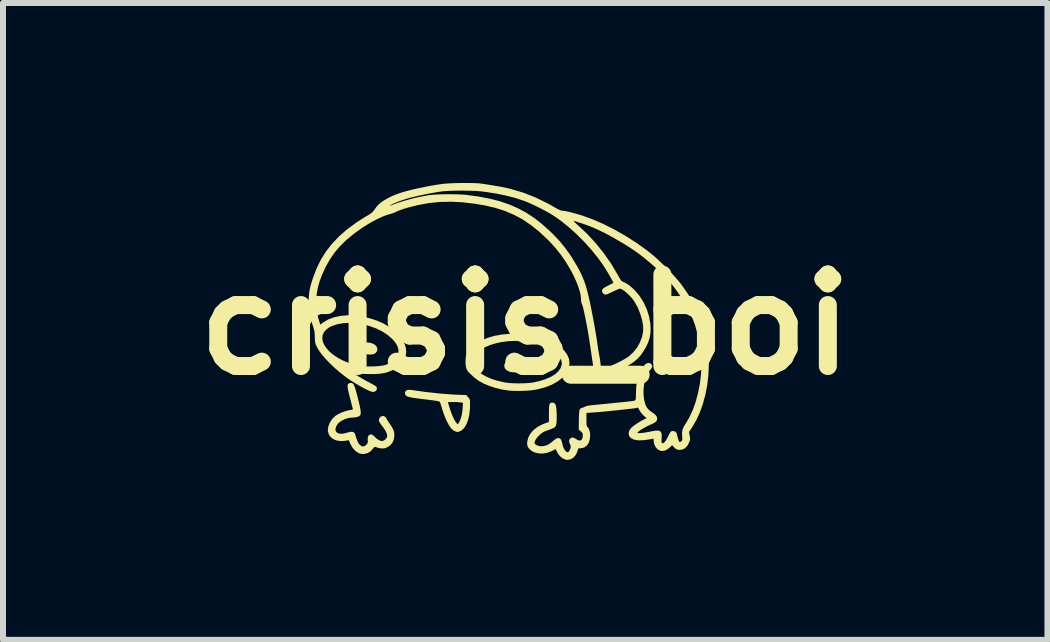
<source format=kicad_pcb>
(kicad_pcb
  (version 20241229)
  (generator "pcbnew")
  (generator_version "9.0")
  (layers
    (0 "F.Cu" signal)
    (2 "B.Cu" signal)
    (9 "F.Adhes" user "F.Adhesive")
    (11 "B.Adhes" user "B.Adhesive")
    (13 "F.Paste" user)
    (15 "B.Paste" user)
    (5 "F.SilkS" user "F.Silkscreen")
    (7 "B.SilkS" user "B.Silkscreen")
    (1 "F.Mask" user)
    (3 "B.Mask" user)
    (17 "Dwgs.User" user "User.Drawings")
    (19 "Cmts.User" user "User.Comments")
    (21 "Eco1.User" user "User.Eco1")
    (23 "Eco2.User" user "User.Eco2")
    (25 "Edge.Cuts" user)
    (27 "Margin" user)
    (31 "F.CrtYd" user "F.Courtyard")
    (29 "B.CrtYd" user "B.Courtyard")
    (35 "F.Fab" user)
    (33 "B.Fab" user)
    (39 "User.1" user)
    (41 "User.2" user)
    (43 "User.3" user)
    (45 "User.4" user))
  (footprint "crisis_boi"
    (layer "F.Cu")
    (at 5.704 2.361)
    (property "Reference" "crisis_boi" (at 0 0 0) (layer "F.SilkS") (effects (font (size 1.524 1.524) (thickness 0.3))))
    (attr board_only exclude_from_pos_files exclude_from_bom)
    (fp_poly (pts (xy -2.58 0.303) (xy -2.531 0.32) (xy -2.494 0.345) (xy -2.471 0.377) (xy -2.464 0.412) (xy -2.47 0.44) (xy -2.488 0.467) (xy -2.511 0.485) (xy -2.543 0.495) (xy -2.587 0.498) (xy -2.635 0.496) (xy -2.681 0.488) (xy -2.683 0.488) (xy -2.72 0.472) (xy -2.751 0.448) (xy -2.773 0.42) (xy -2.78 0.396) (xy -2.773 0.354) (xy -2.752 0.323) (xy -2.716 0.305) (xy -2.664 0.297) (xy -2.639 0.296)) (stroke (width 0) (type solid)) (fill yes) (layer "F.SilkS"))
    (fp_poly (pts (xy -0.194 0.592) (xy -0.14 0.605) (xy -0.093 0.633) (xy -0.058 0.672) (xy -0.052 0.684) (xy -0.045 0.718) (xy -0.055 0.752) (xy -0.08 0.778) (xy -0.08 0.778) (xy -0.11 0.789) (xy -0.152 0.795) (xy -0.199 0.795) (xy -0.244 0.789) (xy -0.262 0.785) (xy -0.305 0.763) (xy -0.335 0.734) (xy -0.349 0.699) (xy -0.347 0.663) (xy -0.327 0.628) (xy -0.326 0.627) (xy -0.299 0.605) (xy -0.267 0.593) (xy -0.223 0.591)) (stroke (width 0) (type solid)) (fill yes) (layer "F.SilkS"))
    (fp_poly (pts (xy -1.904 1.088) (xy -1.858 1.094) (xy -1.764 1.108) (xy -1.66 1.122) (xy -1.551 1.134) (xy -1.442 1.146) (xy -1.337 1.155) (xy -1.242 1.162) (xy -1.162 1.167) (xy -1.16 1.167) (xy -0.985 1.173) (xy -0.953 1.207) (xy -0.93 1.236) (xy -0.92 1.266) (xy -0.919 1.283) (xy -0.921 1.395) (xy -0.931 1.495) (xy -0.951 1.583) (xy -0.978 1.657) (xy -1.013 1.716) (xy -1.055 1.759) (xy -1.093 1.779) (xy -1.113 1.787) (xy -1.128 1.788) (xy -1.147 1.785) (xy -1.166 1.779) (xy -1.204 1.759) (xy -1.242 1.72) (xy -1.279 1.664) (xy -1.316 1.592) (xy -1.351 1.506) (xy -1.38 1.42) (xy -1.394 1.375) (xy -1.406 1.336) (xy -1.415 1.307) (xy -1.42 1.295) (xy -1.423 1.29) (xy -1.289 1.29) (xy -1.27 1.355) (xy -1.244 1.438) (xy -1.216 1.512) (xy -1.188 1.574) (xy -1.161 1.62) (xy -1.147 1.638) (xy -1.126 1.661) (xy -1.108 1.638) (xy -1.096 1.616) (xy -1.081 1.583) (xy -1.07 1.55) (xy -1.059 1.508) (xy -1.05 1.457) (xy -1.044 1.404) (xy -1.043 1.394) (xy -1.037 1.303) (xy -1.07 1.297) (xy -1.095 1.294) (xy -1.133 1.291) (xy -1.177 1.29) (xy -1.196 1.29) (xy -1.289 1.29) (xy -1.423 1.29) (xy -1.424 1.288) (xy -1.432 1.283) (xy -1.447 1.277) (xy -1.472 1.272) (xy -1.508 1.266) (xy -1.557 1.259) (xy -1.624 1.251) (xy -1.659 1.247) (xy -1.748 1.236) (xy -1.819 1.226) (xy -1.875 1.218) (xy -1.917 1.21) (xy -1.948 1.203) (xy -1.969 1.195) (xy -1.983 1.186) (xy -1.993 1.177) (xy -1.998 1.168) (xy -2.006 1.141) (xy -2 1.12) (xy -1.987 1.101) (xy -1.969 1.09) (xy -1.943 1.086)) (stroke (width 0) (type solid)) (fill yes) (layer "F.SilkS"))
    (fp_poly (pts (xy -0.009 0.157) (xy 0.14 0.176) (xy 0.275 0.209) (xy 0.399 0.256) (xy 0.408 0.26) (xy 0.506 0.313) (xy 0.588 0.371) (xy 0.652 0.434) (xy 0.699 0.5) (xy 0.728 0.568) (xy 0.738 0.637) (xy 0.731 0.707) (xy 0.704 0.776) (xy 0.658 0.843) (xy 0.617 0.887) (xy 0.537 0.949) (xy 0.441 1.002) (xy 0.329 1.045) (xy 0.199 1.079) (xy 0.169 1.085) (xy 0.107 1.094) (xy 0.031 1.1) (xy -0.052 1.104) (xy -0.136 1.105) (xy -0.213 1.103) (xy -0.273 1.099) (xy -0.383 1.082) (xy -0.495 1.055) (xy -0.602 1.02) (xy -0.697 0.98) (xy -0.782 0.932) (xy -0.857 0.875) (xy -0.919 0.814) (xy -0.965 0.75) (xy -0.966 0.748) (xy -0.98 0.719) (xy -0.989 0.693) (xy -0.994 0.663) (xy -0.995 0.623) (xy -0.995 0.61) (xy -0.993 0.582) (xy -0.872 0.582) (xy -0.87 0.637) (xy -0.852 0.692) (xy -0.819 0.744) (xy -0.793 0.771) (xy -0.73 0.82) (xy -0.651 0.865) (xy -0.558 0.905) (xy -0.456 0.937) (xy -0.348 0.962) (xy -0.331 0.965) (xy -0.271 0.972) (xy -0.197 0.977) (xy -0.116 0.979) (xy -0.035 0.978) (xy 0.042 0.974) (xy 0.107 0.968) (xy 0.126 0.965) (xy 0.24 0.94) (xy 0.341 0.908) (xy 0.427 0.87) (xy 0.498 0.827) (xy 0.552 0.778) (xy 0.589 0.725) (xy 0.608 0.669) (xy 0.61 0.641) (xy 0.6 0.587) (xy 0.572 0.535) (xy 0.528 0.484) (xy 0.469 0.437) (xy 0.397 0.394) (xy 0.313 0.357) (xy 0.22 0.324) (xy 0.12 0.299) (xy 0.013 0.281) (xy -0.098 0.271) (xy -0.16 0.27) (xy -0.275 0.275) (xy -0.386 0.289) (xy -0.491 0.311) (xy -0.588 0.341) (xy -0.675 0.378) (xy -0.748 0.421) (xy -0.807 0.468) (xy -0.849 0.52) (xy -0.856 0.532) (xy -0.872 0.582) (xy -0.993 0.582) (xy -0.992 0.551) (xy -0.981 0.503) (xy -0.959 0.459) (xy -0.925 0.413) (xy -0.903 0.389) (xy -0.829 0.323) (xy -0.738 0.268) (xy -0.633 0.222) (xy -0.515 0.187) (xy -0.385 0.164) (xy -0.244 0.152) (xy -0.172 0.15)) (stroke (width 0) (type solid)) (fill yes) (layer "F.SilkS"))
    (fp_poly (pts (xy -2.887 0.973) (xy -2.872 0.983) (xy -2.858 1.002) (xy -2.844 1.033) (xy -2.829 1.077) (xy -2.812 1.137) (xy -2.792 1.214) (xy -2.79 1.224) (xy -2.77 1.304) (xy -2.755 1.368) (xy -2.746 1.418) (xy -2.742 1.455) (xy -2.742 1.482) (xy -2.746 1.502) (xy -2.753 1.514) (xy -2.775 1.53) (xy -2.813 1.542) (xy -2.863 1.548) (xy -2.898 1.55) (xy -2.947 1.556) (xy -3.001 1.573) (xy -3.053 1.597) (xy -3.097 1.626) (xy -3.124 1.653) (xy -3.151 1.697) (xy -3.163 1.739) (xy -3.159 1.773) (xy -3.139 1.799) (xy -3.13 1.805) (xy -3.097 1.817) (xy -3.058 1.819) (xy -3.009 1.811) (xy -2.965 1.799) (xy -2.915 1.787) (xy -2.879 1.786) (xy -2.854 1.796) (xy -2.838 1.819) (xy -2.83 1.842) (xy -2.811 1.904) (xy -2.793 1.949) (xy -2.774 1.983) (xy -2.76 2) (xy -2.727 2.025) (xy -2.694 2.03) (xy -2.662 2.015) (xy -2.645 1.998) (xy -2.628 1.975) (xy -2.622 1.953) (xy -2.625 1.923) (xy -2.625 1.88) (xy -2.612 1.849) (xy -2.59 1.832) (xy -2.563 1.83) (xy -2.533 1.845) (xy -2.515 1.863) (xy -2.48 1.896) (xy -2.441 1.923) (xy -2.403 1.938) (xy -2.387 1.94) (xy -2.357 1.931) (xy -2.328 1.91) (xy -2.307 1.881) (xy -2.3 1.854) (xy -2.308 1.814) (xy -2.332 1.764) (xy -2.371 1.706) (xy -2.39 1.682) (xy -2.422 1.638) (xy -2.438 1.604) (xy -2.44 1.592) (xy -2.432 1.562) (xy -2.411 1.537) (xy -2.383 1.522) (xy -2.372 1.52) (xy -2.35 1.527) (xy -2.328 1.542) (xy -2.313 1.561) (xy -2.31 1.57) (xy -2.304 1.582) (xy -2.29 1.606) (xy -2.268 1.637) (xy -2.258 1.651) (xy -2.223 1.704) (xy -2.2 1.748) (xy -2.186 1.789) (xy -2.181 1.833) (xy -2.181 1.85) (xy -2.19 1.915) (xy -2.216 1.972) (xy -2.257 2.018) (xy -2.313 2.051) (xy -2.342 2.06) (xy -2.383 2.064) (xy -2.433 2.058) (xy -2.487 2.042) (xy -2.5 2.036) (xy -2.516 2.04) (xy -2.536 2.062) (xy -2.537 2.065) (xy -2.576 2.109) (xy -2.625 2.14) (xy -2.679 2.155) (xy -2.734 2.155) (xy -2.775 2.142) (xy -2.829 2.106) (xy -2.876 2.054) (xy -2.914 1.989) (xy -2.934 1.938) (xy -2.941 1.927) (xy -2.956 1.927) (xy -2.972 1.931) (xy -3 1.936) (xy -3.038 1.939) (xy -3.071 1.94) (xy -3.137 1.932) (xy -3.194 1.911) (xy -3.24 1.877) (xy -3.272 1.833) (xy -3.288 1.781) (xy -3.29 1.759) (xy -3.281 1.694) (xy -3.255 1.63) (xy -3.216 1.571) (xy -3.165 1.522) (xy -3.162 1.519) (xy -3.115 1.49) (xy -3.056 1.463) (xy -2.994 1.441) (xy -2.937 1.426) (xy -2.925 1.425) (xy -2.893 1.419) (xy -2.877 1.413) (xy -2.873 1.404) (xy -2.874 1.401) (xy -2.878 1.387) (xy -2.886 1.356) (xy -2.897 1.313) (xy -2.91 1.261) (xy -2.924 1.208) (xy -2.942 1.136) (xy -2.954 1.081) (xy -2.96 1.041) (xy -2.961 1.013) (xy -2.956 0.994) (xy -2.945 0.982) (xy -2.929 0.975) (xy -2.925 0.974) (xy -2.905 0.971)) (stroke (width 0) (type solid)) (fill yes) (layer "F.SilkS"))
    (fp_poly (pts (xy -0.883 -2.36) (xy -0.818 -2.358) (xy -0.766 -2.355) (xy -0.74 -2.352) (xy -0.641 -2.337) (xy -0.559 -2.324) (xy -0.491 -2.313) (xy -0.433 -2.303) (xy -0.384 -2.294) (xy -0.339 -2.285) (xy -0.295 -2.275) (xy -0.251 -2.264) (xy -0.235 -2.26) (xy -0.026 -2.198) (xy 0.178 -2.117) (xy 0.38 -2.018) (xy 0.478 -1.962) (xy 0.537 -1.929) (xy 0.581 -1.908) (xy 0.611 -1.9) (xy 0.613 -1.9) (xy 0.642 -1.897) (xy 0.685 -1.889) (xy 0.74 -1.877) (xy 0.802 -1.861) (xy 0.867 -1.843) (xy 0.932 -1.824) (xy 0.945 -1.82) (xy 1.119 -1.757) (xy 1.3 -1.679) (xy 1.483 -1.587) (xy 1.666 -1.483) (xy 1.844 -1.37) (xy 2.014 -1.249) (xy 2.087 -1.192) (xy 2.151 -1.139) (xy 2.222 -1.075) (xy 2.297 -1.003) (xy 2.372 -0.928) (xy 2.445 -0.852) (xy 2.511 -0.779) (xy 2.568 -0.713) (xy 2.602 -0.67) (xy 2.716 -0.506) (xy 2.812 -0.343) (xy 2.891 -0.179) (xy 2.954 -0.011) (xy 3.002 0.164) (xy 3.014 0.22) (xy 3.032 0.315) (xy 3.045 0.399) (xy 3.053 0.477) (xy 3.058 0.559) (xy 3.06 0.651) (xy 3.06 0.675) (xy 3.053 0.84) (xy 3.034 1.005) (xy 3.003 1.166) (xy 2.961 1.321) (xy 2.909 1.467) (xy 2.847 1.6) (xy 2.784 1.707) (xy 2.729 1.79) (xy 2.741 1.85) (xy 2.747 1.887) (xy 2.747 1.915) (xy 2.74 1.942) (xy 2.735 1.955) (xy 2.705 2.015) (xy 2.667 2.057) (xy 2.621 2.082) (xy 2.569 2.088) (xy 2.561 2.087) (xy 2.527 2.08) (xy 2.5 2.063) (xy 2.482 2.045) (xy 2.448 2.008) (xy 2.413 2.044) (xy 2.366 2.081) (xy 2.316 2.102) (xy 2.268 2.105) (xy 2.25 2.101) (xy 2.208 2.079) (xy 2.173 2.041) (xy 2.15 1.992) (xy 2.14 1.935) (xy 2.14 1.927) (xy 2.139 1.908) (xy 2.138 1.9) (xy 2.127 1.902) (xy 2.102 1.906) (xy 2.067 1.913) (xy 2.055 1.915) (xy 1.96 1.927) (xy 1.88 1.928) (xy 1.814 1.916) (xy 1.806 1.914) (xy 1.761 1.89) (xy 1.733 1.857) (xy 1.723 1.817) (xy 1.731 1.774) (xy 1.75 1.74) (xy 1.775 1.713) (xy 1.813 1.681) (xy 1.861 1.648) (xy 1.914 1.615) (xy 1.959 1.59) (xy 2.024 1.558) (xy 1.982 1.524) (xy 1.953 1.494) (xy 1.924 1.458) (xy 1.91 1.436) (xy 1.88 1.382) (xy 1.839 1.391) (xy 1.819 1.395) (xy 1.782 1.399) (xy 1.731 1.405) (xy 1.668 1.412) (xy 1.597 1.42) (xy 1.521 1.428) (xy 1.442 1.436) (xy 1.364 1.444) (xy 1.29 1.451) (xy 1.221 1.457) (xy 1.162 1.462) (xy 1.117 1.465) (xy 1.02 1.472) (xy 1.02 1.585) (xy 1.021 1.638) (xy 1.023 1.673) (xy 1.027 1.694) (xy 1.033 1.703) (xy 1.033 1.703) (xy 1.05 1.719) (xy 1.066 1.749) (xy 1.077 1.788) (xy 1.082 1.831) (xy 1.082 1.839) (xy 1.076 1.913) (xy 1.057 1.973) (xy 1.026 2.017) (xy 0.984 2.047) (xy 0.931 2.059) (xy 0.916 2.06) (xy 0.892 2.062) (xy 0.88 2.072) (xy 0.874 2.095) (xy 0.865 2.124) (xy 0.849 2.159) (xy 0.84 2.174) (xy 0.802 2.218) (xy 0.756 2.245) (xy 0.705 2.254) (xy 0.673 2.25) (xy 0.624 2.229) (xy 0.578 2.191) (xy 0.54 2.14) (xy 0.521 2.102) (xy 0.509 2.073) (xy 0.44 2.108) (xy 0.372 2.134) (xy 0.302 2.148) (xy 0.233 2.147) (xy 0.169 2.134) (xy 0.113 2.109) (xy 0.068 2.072) (xy 0.043 2.037) (xy 0.033 2.002) (xy 0.033 1.957) (xy 0.033 1.954) (xy 0.05 1.884) (xy 0.085 1.818) (xy 0.137 1.758) (xy 0.203 1.706) (xy 0.282 1.664) (xy 0.32 1.649) (xy 0.395 1.622) (xy 0.395 1.478) (xy 0.396 1.414) (xy 0.398 1.367) (xy 0.403 1.335) (xy 0.411 1.315) (xy 0.423 1.304) (xy 0.44 1.3) (xy 0.451 1.3) (xy 0.474 1.303) (xy 0.493 1.314) (xy 0.506 1.335) (xy 0.516 1.368) (xy 0.521 1.415) (xy 0.524 1.478) (xy 0.525 1.535) (xy 0.524 1.598) (xy 0.521 1.645) (xy 0.513 1.678) (xy 0.5 1.702) (xy 0.479 1.719) (xy 0.45 1.733) (xy 0.432 1.74) (xy 0.391 1.755) (xy 0.35 1.77) (xy 0.33 1.777) (xy 0.286 1.8) (xy 0.241 1.836) (xy 0.201 1.878) (xy 0.172 1.92) (xy 0.168 1.928) (xy 0.156 1.955) (xy 0.154 1.971) (xy 0.159 1.983) (xy 0.165 1.99) (xy 0.2 2.014) (xy 0.246 2.026) (xy 0.298 2.025) (xy 0.353 2.012) (xy 0.381 1.999) (xy 0.412 1.98) (xy 0.447 1.954) (xy 0.47 1.934) (xy 0.511 1.902) (xy 0.547 1.889) (xy 0.577 1.895) (xy 0.599 1.919) (xy 0.613 1.961) (xy 0.615 1.97) (xy 0.626 2.019) (xy 0.643 2.063) (xy 0.664 2.097) (xy 0.686 2.12) (xy 0.707 2.127) (xy 0.718 2.124) (xy 0.732 2.108) (xy 0.746 2.082) (xy 0.75 2.072) (xy 0.758 2.044) (xy 0.758 2.023) (xy 0.749 1.998) (xy 0.747 1.995) (xy 0.733 1.959) (xy 0.732 1.931) (xy 0.744 1.905) (xy 0.746 1.902) (xy 0.769 1.884) (xy 0.8 1.882) (xy 0.836 1.898) (xy 0.847 1.906) (xy 0.885 1.928) (xy 0.917 1.932) (xy 0.941 1.918) (xy 0.955 1.887) (xy 0.96 1.845) (xy 0.957 1.816) (xy 0.945 1.795) (xy 0.926 1.778) (xy 0.892 1.75) (xy 0.894 1.593) (xy 0.895 1.525) (xy 0.898 1.474) (xy 0.902 1.438) (xy 0.91 1.413) (xy 0.921 1.398) (xy 0.937 1.389) (xy 0.952 1.385) (xy 0.98 1.376) (xy 1 1.364) (xy 1.017 1.358) (xy 1.049 1.351) (xy 1.094 1.344) (xy 1.13 1.34) (xy 1.208 1.333) (xy 1.29 1.325) (xy 1.373 1.317) (xy 1.456 1.308) (xy 1.535 1.3) (xy 1.607 1.293) (xy 1.671 1.286) (xy 1.722 1.281) (xy 1.76 1.276) (xy 1.78 1.274) (xy 1.78 1.274) (xy 1.806 1.27) (xy 1.825 1.265) (xy 1.836 1.256) (xy 1.842 1.239) (xy 1.845 1.212) (xy 1.845 1.17) (xy 1.846 1.133) (xy 1.851 1.021) (xy 1.868 0.922) (xy 1.897 0.828) (xy 1.91 0.795) (xy 1.94 0.736) (xy 1.973 0.69) (xy 2.006 0.657) (xy 2.04 0.64) (xy 2.071 0.638) (xy 2.097 0.655) (xy 2.107 0.667) (xy 2.115 0.684) (xy 2.115 0.702) (xy 2.105 0.725) (xy 2.083 0.755) (xy 2.067 0.776) (xy 2.03 0.835) (xy 2.002 0.908) (xy 1.982 0.99) (xy 1.972 1.078) (xy 1.972 1.166) (xy 1.982 1.25) (xy 2.001 1.326) (xy 2.023 1.374) (xy 2.053 1.413) (xy 2.103 1.453) (xy 2.11 1.457) (xy 2.155 1.49) (xy 2.183 1.519) (xy 2.197 1.546) (xy 2.199 1.565) (xy 2.195 1.593) (xy 2.18 1.616) (xy 2.15 1.638) (xy 2.104 1.66) (xy 2.094 1.664) (xy 2.052 1.683) (xy 2.007 1.706) (xy 1.963 1.731) (xy 1.924 1.755) (xy 1.893 1.777) (xy 1.874 1.794) (xy 1.87 1.801) (xy 1.879 1.807) (xy 1.906 1.808) (xy 1.947 1.805) (xy 2 1.798) (xy 2.063 1.787) (xy 2.1 1.779) (xy 2.164 1.768) (xy 2.211 1.765) (xy 2.243 1.772) (xy 2.263 1.791) (xy 2.273 1.821) (xy 2.275 1.866) (xy 2.273 1.89) (xy 2.271 1.935) (xy 2.273 1.963) (xy 2.279 1.974) (xy 2.299 1.976) (xy 2.322 1.959) (xy 2.348 1.925) (xy 2.375 1.876) (xy 2.38 1.865) (xy 2.401 1.823) (xy 2.416 1.796) (xy 2.431 1.781) (xy 2.445 1.774) (xy 2.48 1.774) (xy 2.508 1.788) (xy 2.525 1.814) (xy 2.526 1.817) (xy 2.538 1.867) (xy 2.55 1.91) (xy 2.561 1.94) (xy 2.57 1.955) (xy 2.571 1.955) (xy 2.585 1.954) (xy 2.602 1.944) (xy 2.612 1.932) (xy 2.617 1.917) (xy 2.618 1.893) (xy 2.615 1.855) (xy 2.615 1.855) (xy 2.614 1.803) (xy 2.62 1.757) (xy 2.637 1.712) (xy 2.666 1.662) (xy 2.678 1.644) (xy 2.739 1.539) (xy 2.794 1.419) (xy 2.841 1.287) (xy 2.879 1.145) (xy 2.909 0.998) (xy 2.928 0.848) (xy 2.937 0.698) (xy 2.935 0.553) (xy 2.93 0.483) (xy 2.918 0.395) (xy 2.901 0.297) (xy 2.88 0.195) (xy 2.856 0.097) (xy 2.831 0.011) (xy 2.83 0.007) (xy 2.794 -0.091) (xy 2.744 -0.199) (xy 2.685 -0.311) (xy 2.618 -0.425) (xy 2.545 -0.536) (xy 2.469 -0.64) (xy 2.453 -0.66) (xy 2.378 -0.748) (xy 2.288 -0.841) (xy 2.188 -0.937) (xy 2.08 -1.032) (xy 1.969 -1.124) (xy 1.857 -1.208) (xy 1.842 -1.219) (xy 1.75 -1.281) (xy 1.647 -1.346) (xy 1.538 -1.41) (xy 1.427 -1.473) (xy 1.318 -1.531) (xy 1.215 -1.581) (xy 1.124 -1.621) (xy 1.12 -1.623) (xy 1.078 -1.64) (xy 1.029 -1.658) (xy 0.978 -1.676) (xy 0.928 -1.693) (xy 0.881 -1.708) (xy 0.843 -1.72) (xy 0.817 -1.727) (xy 0.805 -1.728) (xy 0.805 -1.728) (xy 0.81 -1.721) (xy 0.828 -1.703) (xy 0.855 -1.678) (xy 0.881 -1.655) (xy 1.031 -1.514) (xy 1.175 -1.359) (xy 1.309 -1.192) (xy 1.43 -1.019) (xy 1.535 -0.843) (xy 1.537 -0.839) (xy 1.564 -0.791) (xy 1.584 -0.758) (xy 1.599 -0.736) (xy 1.614 -0.723) (xy 1.629 -0.714) (xy 1.637 -0.711) (xy 1.688 -0.686) (xy 1.743 -0.648) (xy 1.804 -0.594) (xy 1.826 -0.573) (xy 1.905 -0.48) (xy 1.972 -0.374) (xy 2.026 -0.258) (xy 2.064 -0.137) (xy 2.086 -0.013) (xy 2.09 0.072) (xy 2.086 0.155) (xy 2.071 0.231) (xy 2.045 0.306) (xy 2.014 0.37) (xy 1.97 0.445) (xy 1.925 0.51) (xy 1.874 0.566) (xy 1.815 0.617) (xy 1.744 0.665) (xy 1.659 0.714) (xy 1.611 0.739) (xy 1.519 0.783) (xy 1.439 0.815) (xy 1.368 0.837) (xy 1.304 0.848) (xy 1.259 0.85) (xy 1.236 0.85) (xy 1.216 0.85) (xy 1.199 0.847) (xy 1.185 0.841) (xy 1.173 0.829) (xy 1.162 0.81) (xy 1.153 0.783) (xy 1.144 0.745) (xy 1.134 0.695) (xy 1.124 0.632) (xy 1.112 0.553) (xy 1.098 0.457) (xy 1.085 0.369) (xy 1.072 0.283) (xy 1.058 0.193) (xy 1.043 0.103) (xy 1.027 0.015) (xy 1.011 -0.068) (xy 0.995 -0.145) (xy 0.981 -0.213) (xy 0.968 -0.269) (xy 0.957 -0.311) (xy 0.948 -0.337) (xy 0.945 -0.343) (xy 0.935 -0.371) (xy 0.93 -0.416) (xy 0.93 -0.43) (xy 0.924 -0.488) (xy 0.908 -0.559) (xy 0.882 -0.64) (xy 0.847 -0.727) (xy 0.806 -0.818) (xy 0.758 -0.909) (xy 0.751 -0.921) (xy 0.674 -1.05) (xy 0.595 -1.164) (xy 0.51 -1.271) (xy 0.415 -1.376) (xy 0.371 -1.421) (xy 0.235 -1.548) (xy 0.099 -1.657) (xy -0.039 -1.751) (xy -0.183 -1.829) (xy -0.335 -1.894) (xy -0.497 -1.946) (xy -0.673 -1.987) (xy -0.83 -2.014) (xy -1.038 -2.039) (xy -1.235 -2.049) (xy -1.424 -2.045) (xy -1.609 -2.026) (xy -1.791 -1.993) (xy -1.975 -1.945) (xy -2.012 -1.934) (xy -2.061 -1.918) (xy -2.105 -1.901) (xy -2.141 -1.887) (xy -2.16 -1.878) (xy -2.187 -1.865) (xy -2.226 -1.851) (xy -2.268 -1.839) (xy -2.27 -1.839) (xy -2.33 -1.82) (xy -2.402 -1.79) (xy -2.482 -1.752) (xy -2.566 -1.707) (xy -2.651 -1.656) (xy -2.714 -1.616) (xy -2.854 -1.516) (xy -2.976 -1.416) (xy -3.082 -1.313) (xy -3.174 -1.206) (xy -3.253 -1.092) (xy -3.322 -0.969) (xy -3.329 -0.955) (xy -3.385 -0.833) (xy -3.428 -0.721) (xy -3.457 -0.614) (xy -3.476 -0.51) (xy -3.483 -0.405) (xy -3.484 -0.38) (xy -3.483 -0.313) (xy -3.479 -0.256) (xy -3.471 -0.202) (xy -3.459 -0.145) (xy -3.44 -0.077) (xy -3.438 -0.073) (xy -3.417 -0.000358) (xy -3.37 -0.035) (xy -3.285 -0.086) (xy -3.187 -0.123) (xy -3.078 -0.146) (xy -2.961 -0.156) (xy -2.837 -0.152) (xy -2.708 -0.134) (xy -2.577 -0.102) (xy -2.474 -0.068) (xy -2.364 -0.02) (xy -2.265 0.038) (xy -2.178 0.104) (xy -2.105 0.175) (xy -2.047 0.252) (xy -2.007 0.331) (xy -1.99 0.386) (xy -1.983 0.459) (xy -1.995 0.53) (xy -2.024 0.596) (xy -2.07 0.657) (xy -2.132 0.711) (xy -2.207 0.757) (xy -2.295 0.792) (xy -2.327 0.802) (xy -2.381 0.812) (xy -2.449 0.82) (xy -2.526 0.824) (xy -2.606 0.824) (xy -2.684 0.821) (xy -2.753 0.814) (xy -2.799 0.806) (xy -2.835 0.799) (xy -2.862 0.794) (xy -2.876 0.793) (xy -2.877 0.794) (xy -2.871 0.801) (xy -2.851 0.816) (xy -2.82 0.837) (xy -2.78 0.862) (xy -2.734 0.889) (xy -2.686 0.917) (xy -2.639 0.943) (xy -2.61 0.959) (xy -2.567 0.981) (xy -2.529 1.002) (xy -2.501 1.019) (xy -2.487 1.028) (xy -2.472 1.052) (xy -2.473 1.078) (xy -2.487 1.101) (xy -2.512 1.118) (xy -2.539 1.122) (xy -2.565 1.116) (xy -2.604 1.101) (xy -2.654 1.077) (xy -2.712 1.047) (xy -2.774 1.012) (xy -2.838 0.974) (xy -2.902 0.934) (xy -2.961 0.894) (xy -3.006 0.861) (xy -3.096 0.79) (xy -3.181 0.716) (xy -3.261 0.64) (xy -3.332 0.565) (xy -3.393 0.494) (xy -3.44 0.428) (xy -3.468 0.381) (xy -3.485 0.344) (xy -3.496 0.316) (xy -3.502 0.287) (xy -3.506 0.253) (xy -3.506 0.235) (xy -3.382 0.235) (xy -3.371 0.29) (xy -3.345 0.346) (xy -3.306 0.402) (xy -3.254 0.457) (xy -3.19 0.509) (xy -3.116 0.557) (xy -3.032 0.601) (xy -2.938 0.638) (xy -2.837 0.669) (xy -2.763 0.685) (xy -2.704 0.693) (xy -2.635 0.697) (xy -2.56 0.697) (xy -2.485 0.694) (xy -2.417 0.688) (xy -2.359 0.679) (xy -2.33 0.672) (xy -2.249 0.639) (xy -2.187 0.599) (xy -2.144 0.552) (xy -2.118 0.498) (xy -2.112 0.46) (xy -2.115 0.403) (xy -2.135 0.347) (xy -2.172 0.289) (xy -2.218 0.237) (xy -2.296 0.17) (xy -2.387 0.111) (xy -2.487 0.062) (xy -2.595 0.023) (xy -2.707 -0.006) (xy -2.82 -0.023) (xy -2.932 -0.03) (xy -3.039 -0.024) (xy -3.139 -0.005) (xy -3.229 0.026) (xy -3.266 0.045) (xy -3.321 0.086) (xy -3.358 0.132) (xy -3.379 0.182) (xy -3.382 0.235) (xy -3.506 0.235) (xy -3.507 0.206) (xy -3.509 0.155) (xy -3.513 0.114) (xy -3.522 0.075) (xy -3.536 0.029) (xy -3.545 0.002) (xy -3.574 -0.09) (xy -3.594 -0.174) (xy -3.605 -0.258) (xy -3.61 -0.351) (xy -3.61 -0.376) (xy -3.608 -0.453) (xy -3.602 -0.522) (xy -3.591 -0.591) (xy -3.573 -0.664) (xy -3.548 -0.747) (xy -3.539 -0.775) (xy -3.478 -0.936) (xy -3.405 -1.085) (xy -3.318 -1.223) (xy -3.217 -1.352) (xy -3.1 -1.474) (xy -2.966 -1.59) (xy -2.813 -1.703) (xy -2.795 -1.715) (xy -2.747 -1.746) (xy -2.696 -1.778) (xy -2.649 -1.807) (xy -2.622 -1.822) (xy -2.579 -1.848) (xy -2.548 -1.874) (xy -2.522 -1.904) (xy -2.512 -1.918) (xy -2.476 -1.968) (xy -2.464 -1.98) (xy -2.258 -1.98) (xy -2.245 -1.984) (xy -2.22 -1.994) (xy -2.144 -2.023) (xy -2.053 -2.053) (xy -1.952 -2.082) (xy -1.846 -2.11) (xy -1.74 -2.133) (xy -1.638 -2.152) (xy -1.61 -2.157) (xy -1.546 -2.164) (xy -1.467 -2.169) (xy -1.378 -2.173) (xy -1.283 -2.174) (xy -1.188 -2.173) (xy -1.098 -2.171) (xy -1.017 -2.166) (xy -0.975 -2.162) (xy -0.776 -2.135) (xy -0.594 -2.1) (xy -0.427 -2.058) (xy -0.271 -2.005) (xy -0.125 -1.942) (xy 0.013 -1.868) (xy 0.147 -1.78) (xy 0.277 -1.679) (xy 0.407 -1.563) (xy 0.471 -1.501) (xy 0.577 -1.388) (xy 0.672 -1.271) (xy 0.762 -1.144) (xy 0.848 -1.003) (xy 0.859 -0.984) (xy 0.897 -0.917) (xy 0.929 -0.852) (xy 0.958 -0.788) (xy 0.984 -0.723) (xy 1.008 -0.652) (xy 1.031 -0.574) (xy 1.053 -0.485) (xy 1.076 -0.384) (xy 1.1 -0.267) (xy 1.114 -0.195) (xy 1.131 -0.107) (xy 1.148 -0.018) (xy 1.163 0.069) (xy 1.177 0.151) (xy 1.189 0.222) (xy 1.197 0.278) (xy 1.2 0.295) (xy 1.208 0.355) (xy 1.216 0.413) (xy 1.225 0.464) (xy 1.232 0.503) (xy 1.234 0.515) (xy 1.243 0.557) (xy 1.25 0.607) (xy 1.255 0.652) (xy 1.26 0.695) (xy 1.267 0.721) (xy 1.273 0.73) (xy 1.289 0.728) (xy 1.317 0.722) (xy 1.348 0.715) (xy 1.389 0.702) (xy 1.442 0.681) (xy 1.502 0.654) (xy 1.565 0.623) (xy 1.626 0.591) (xy 1.679 0.56) (xy 1.722 0.533) (xy 1.732 0.525) (xy 1.804 0.458) (xy 1.865 0.38) (xy 1.913 0.294) (xy 1.947 0.204) (xy 1.965 0.114) (xy 1.966 0.032) (xy 1.949 -0.072) (xy 1.918 -0.179) (xy 1.876 -0.284) (xy 1.824 -0.378) (xy 1.812 -0.397) (xy 1.779 -0.44) (xy 1.74 -0.483) (xy 1.698 -0.524) (xy 1.657 -0.558) (xy 1.619 -0.584) (xy 1.589 -0.598) (xy 1.578 -0.6) (xy 1.562 -0.596) (xy 1.533 -0.584) (xy 1.494 -0.567) (xy 1.46 -0.55) (xy 1.418 -0.53) (xy 1.381 -0.513) (xy 1.354 -0.503) (xy 1.342 -0.5) (xy 1.313 -0.508) (xy 1.29 -0.53) (xy 1.28 -0.558) (xy 1.28 -0.559) (xy 1.282 -0.578) (xy 1.292 -0.595) (xy 1.311 -0.611) (xy 1.343 -0.631) (xy 1.39 -0.655) (xy 1.425 -0.673) (xy 1.452 -0.686) (xy 1.467 -0.695) (xy 1.469 -0.696) (xy 1.466 -0.706) (xy 1.454 -0.73) (xy 1.436 -0.764) (xy 1.412 -0.806) (xy 1.385 -0.853) (xy 1.356 -0.901) (xy 1.328 -0.947) (xy 1.301 -0.988) (xy 1.297 -0.995) (xy 1.203 -1.124) (xy 1.096 -1.256) (xy 0.979 -1.385) (xy 0.854 -1.51) (xy 0.726 -1.625) (xy 0.598 -1.728) (xy 0.497 -1.8) (xy 0.421 -1.848) (xy 0.331 -1.899) (xy 0.234 -1.949) (xy 0.137 -1.997) (xy 0.044 -2.038) (xy -0.025 -2.065) (xy -0.161 -2.11) (xy -0.314 -2.15) (xy -0.478 -2.184) (xy -0.65 -2.211) (xy -0.75 -2.223) (xy -0.809 -2.228) (xy -0.883 -2.231) (xy -0.967 -2.233) (xy -1.057 -2.234) (xy -1.147 -2.233) (xy -1.232 -2.231) (xy -1.309 -2.227) (xy -1.371 -2.223) (xy -1.381 -2.222) (xy -1.444 -2.213) (xy -1.522 -2.2) (xy -1.609 -2.184) (xy -1.702 -2.165) (xy -1.794 -2.145) (xy -1.882 -2.124) (xy -1.937 -2.11) (xy -1.992 -2.094) (xy -2.052 -2.074) (xy -2.112 -2.052) (xy -2.168 -2.03) (xy -2.214 -2.009) (xy -2.248 -1.99) (xy -2.256 -1.984) (xy -2.258 -1.98) (xy -2.464 -1.98) (xy -2.439 -2.008) (xy -2.397 -2.042) (xy -2.342 -2.078) (xy -2.331 -2.084) (xy -2.272 -2.117) (xy -2.211 -2.147) (xy -2.146 -2.173) (xy -2.074 -2.198) (xy -1.994 -2.222) (xy -1.901 -2.246) (xy -1.794 -2.271) (xy -1.67 -2.296) (xy -1.655 -2.3) (xy -1.584 -2.313) (xy -1.511 -2.326) (xy -1.441 -2.337) (xy -1.379 -2.345) (xy -1.336 -2.35) (xy -1.273 -2.354) (xy -1.2 -2.358) (xy -1.121 -2.36) (xy -1.039 -2.361) (xy -0.958 -2.361)) (stroke (width 0) (type solid)) (fill yes) (layer "F.SilkS")))
  (gr_rect
    (start -3 -3)
    (end 14.408 7.615)
    (stroke (width 0.1) (type default))
    (fill no)
    (layer "Edge.Cuts")))
</source>
